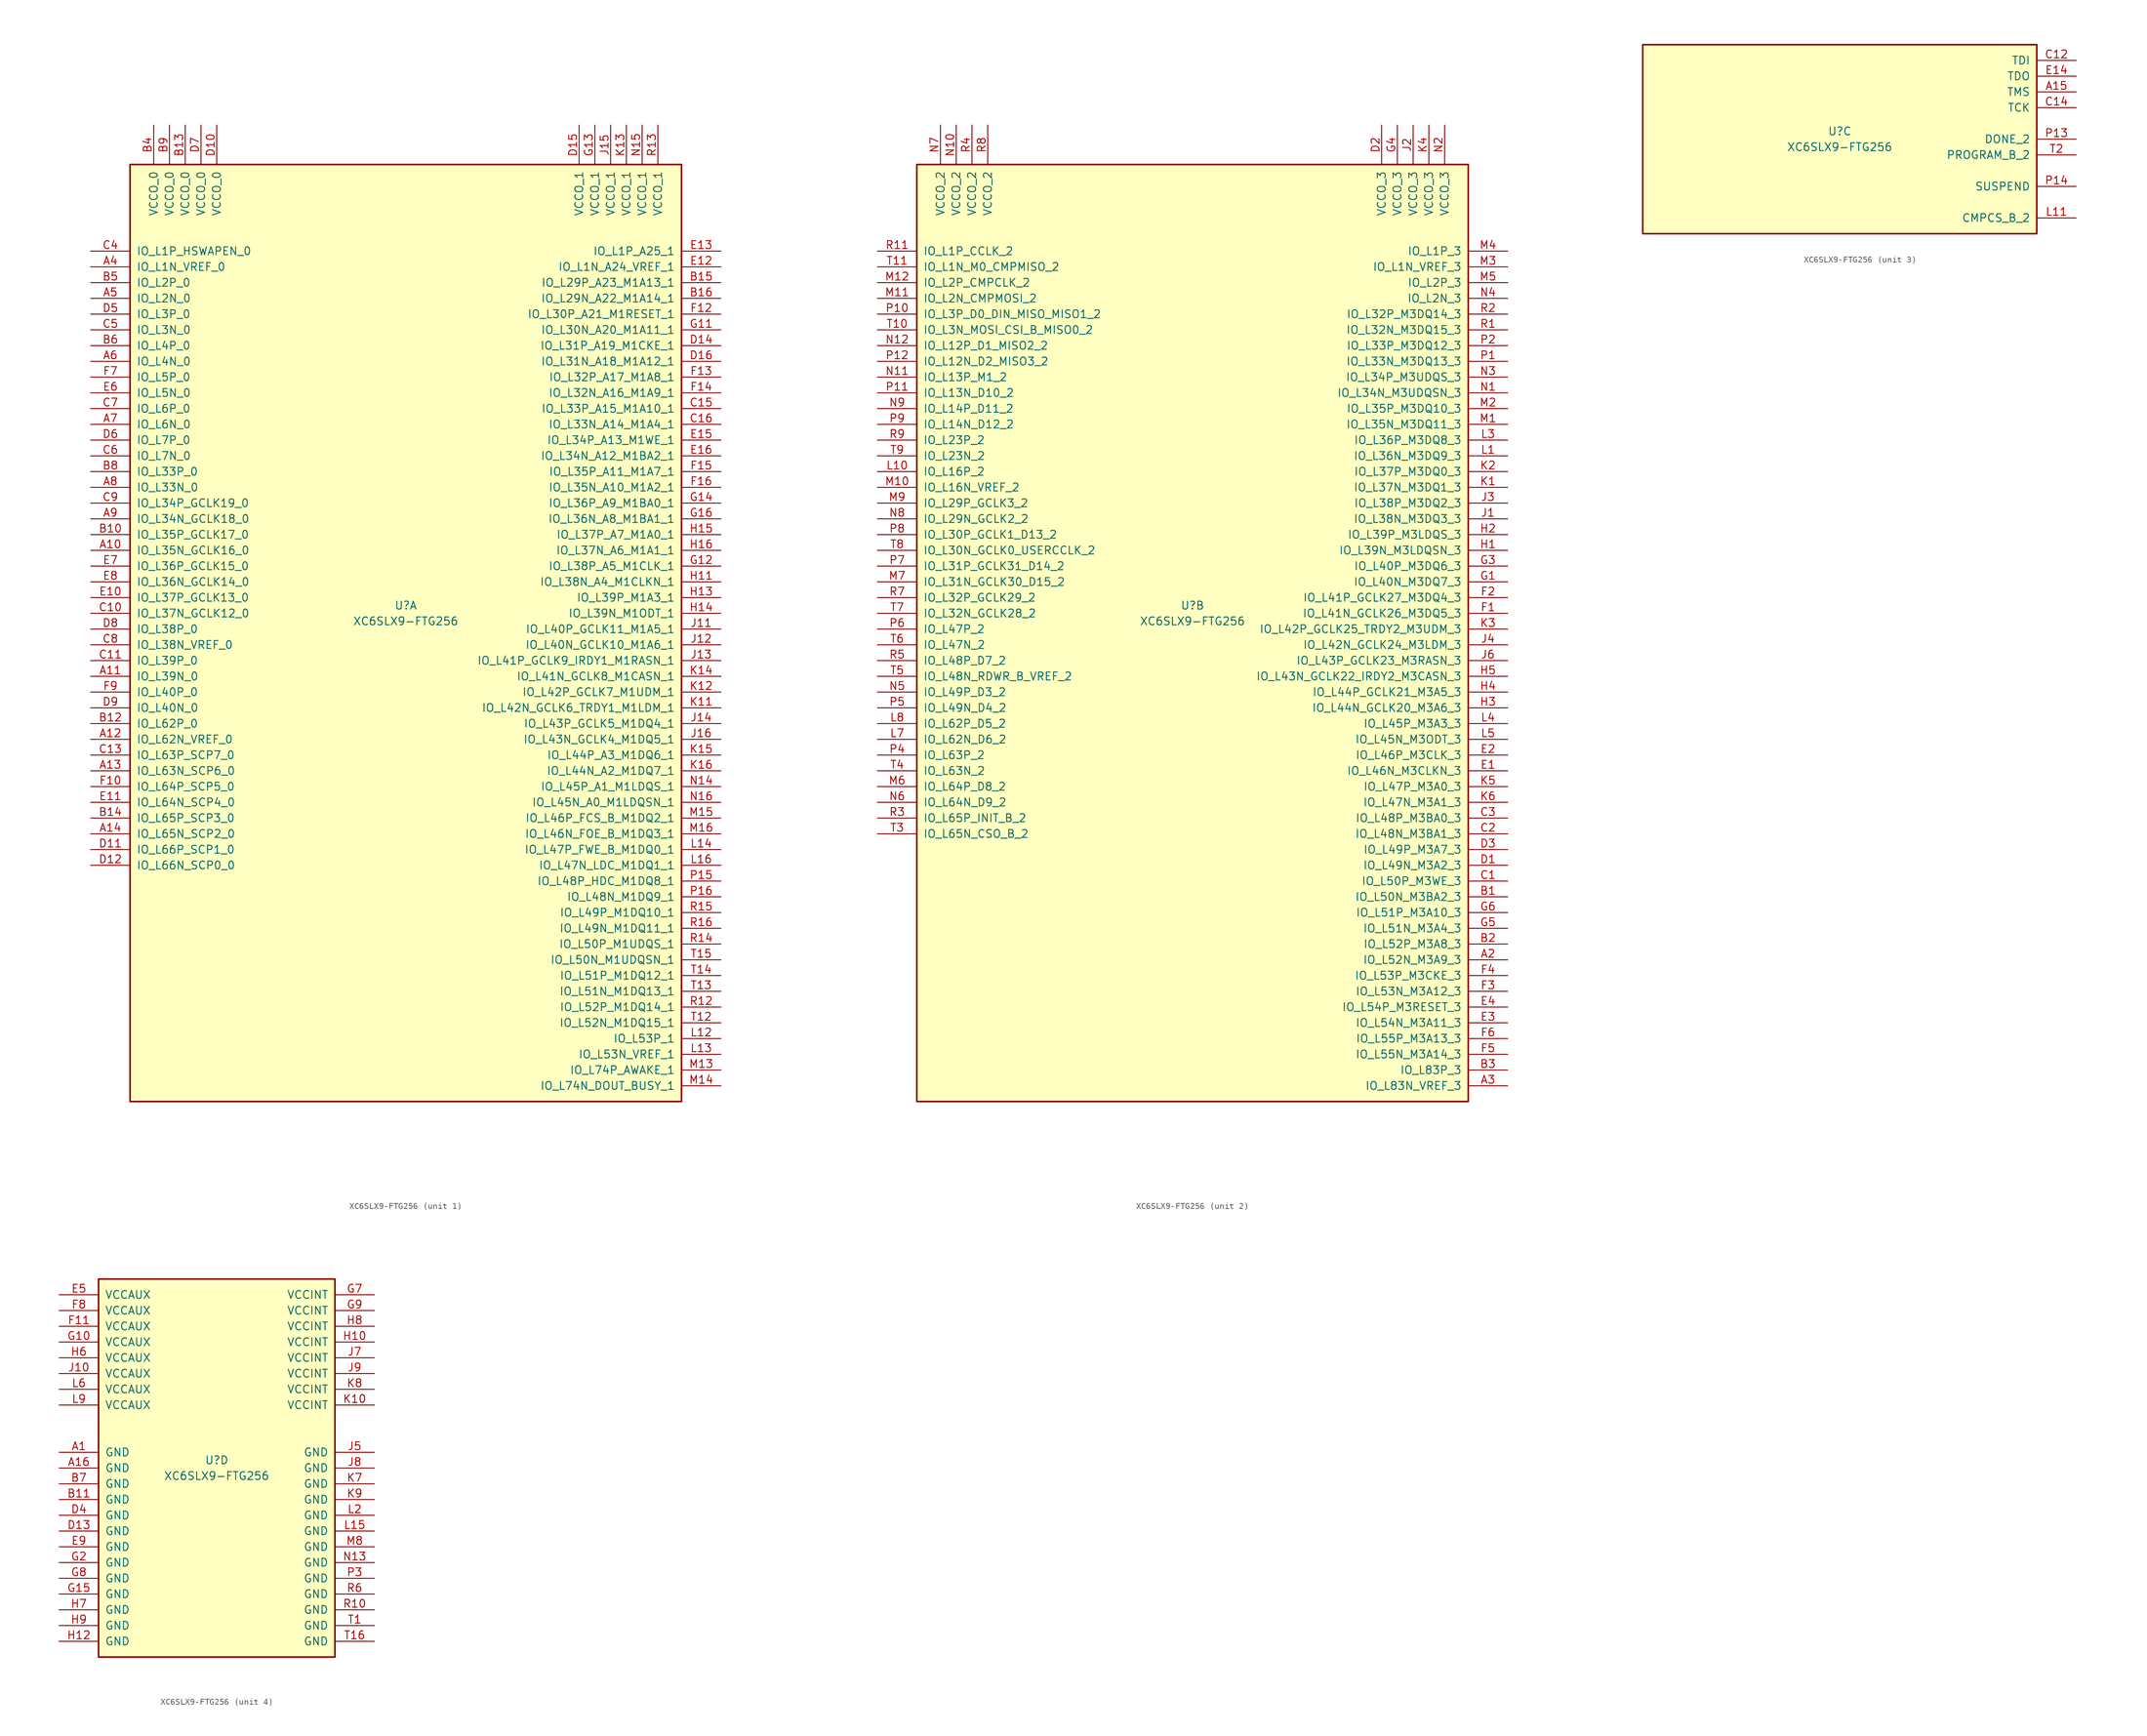
<source format=kicad_sym>
(kicad_symbol_lib
  (version 20211014)
  (generator kicad_symbol_editor)
  (symbol "XC6SLX9-FTG256"
    (pin_names
      (offset 1.016))
    (property "Reference" "U"
      (at 0 1.27 0)
      (effects (font (size 1.27 1.27))))
    (property "Value" "XC6SLX9-FTG256"
      (at 0 -1.27 0)
      (effects (font (size 1.27 1.27))))
    (property "Datasheet" ""
      (at 0 0 0)
      (effects (font (size 1.27 1.27))))
    (property "ki_locked" ""
      (at 0 0 0)
      (effects (font (size 1.27 1.27))))
    (symbol "XC6SLX9-FTG256_1_1"
      (rectangle (start -44.45 72.39) (end 44.45 -78.74) (stroke (width 0.254) (type default) (color 0 0 0 0)) (fill (type background)))
      (pin bidirectional line (at -50.8 10.16 0) (length 6.35) (name "IO_L35N_GCLK16_0" (effects (font (size 1.27 1.27)))) (number "A10" (effects (font (size 1.27 1.27)))))
      (pin bidirectional line (at -50.8 -10.16 0) (length 6.35) (name "IO_L39N_0" (effects (font (size 1.27 1.27)))) (number "A11" (effects (font (size 1.27 1.27)))))
      (pin bidirectional line (at -50.8 -20.32 0) (length 6.35) (name "IO_L62N_VREF_0" (effects (font (size 1.27 1.27)))) (number "A12" (effects (font (size 1.27 1.27)))))
      (pin bidirectional line (at -50.8 -25.4 0) (length 6.35) (name "IO_L63N_SCP6_0" (effects (font (size 1.27 1.27)))) (number "A13" (effects (font (size 1.27 1.27)))))
      (pin bidirectional line (at -50.8 -35.56 0) (length 6.35) (name "IO_L65N_SCP2_0" (effects (font (size 1.27 1.27)))) (number "A14" (effects (font (size 1.27 1.27)))))
      (pin bidirectional line (at -50.8 55.88 0) (length 6.35) (name "IO_L1N_VREF_0" (effects (font (size 1.27 1.27)))) (number "A4" (effects (font (size 1.27 1.27)))))
      (pin bidirectional line (at -50.8 50.8 0) (length 6.35) (name "IO_L2N_0" (effects (font (size 1.27 1.27)))) (number "A5" (effects (font (size 1.27 1.27)))))
      (pin bidirectional line (at -50.8 40.64 0) (length 6.35) (name "IO_L4N_0" (effects (font (size 1.27 1.27)))) (number "A6" (effects (font (size 1.27 1.27)))))
      (pin bidirectional line (at -50.8 30.48 0) (length 6.35) (name "IO_L6N_0" (effects (font (size 1.27 1.27)))) (number "A7" (effects (font (size 1.27 1.27)))))
      (pin bidirectional line (at -50.8 20.32 0) (length 6.35) (name "IO_L33N_0" (effects (font (size 1.27 1.27)))) (number "A8" (effects (font (size 1.27 1.27)))))
      (pin bidirectional line (at -50.8 15.24 0) (length 6.35) (name "IO_L34N_GCLK18_0" (effects (font (size 1.27 1.27)))) (number "A9" (effects (font (size 1.27 1.27)))))
      (pin bidirectional line (at -50.8 12.7 0) (length 6.35) (name "IO_L35P_GCLK17_0" (effects (font (size 1.27 1.27)))) (number "B10" (effects (font (size 1.27 1.27)))))
      (pin bidirectional line (at -50.8 -17.78 0) (length 6.35) (name "IO_L62P_0" (effects (font (size 1.27 1.27)))) (number "B12" (effects (font (size 1.27 1.27)))))
      (pin power_in line (at -35.56 78.74 270) (length 6.35) (name "VCCO_0" (effects (font (size 1.27 1.27)))) (number "B13" (effects (font (size 1.27 1.27)))))
      (pin bidirectional line (at -50.8 -33.02 0) (length 6.35) (name "IO_L65P_SCP3_0" (effects (font (size 1.27 1.27)))) (number "B14" (effects (font (size 1.27 1.27)))))
      (pin bidirectional line (at 50.8 53.34 180) (length 6.35) (name "IO_L29P_A23_M1A13_1" (effects (font (size 1.27 1.27)))) (number "B15" (effects (font (size 1.27 1.27)))))
      (pin bidirectional line (at 50.8 50.8 180) (length 6.35) (name "IO_L29N_A22_M1A14_1" (effects (font (size 1.27 1.27)))) (number "B16" (effects (font (size 1.27 1.27)))))
      (pin power_in line (at -40.64 78.74 270) (length 6.35) (name "VCCO_0" (effects (font (size 1.27 1.27)))) (number "B4" (effects (font (size 1.27 1.27)))))
      (pin bidirectional line (at -50.8 53.34 0) (length 6.35) (name "IO_L2P_0" (effects (font (size 1.27 1.27)))) (number "B5" (effects (font (size 1.27 1.27)))))
      (pin bidirectional line (at -50.8 43.18 0) (length 6.35) (name "IO_L4P_0" (effects (font (size 1.27 1.27)))) (number "B6" (effects (font (size 1.27 1.27)))))
      (pin bidirectional line (at -50.8 22.86 0) (length 6.35) (name "IO_L33P_0" (effects (font (size 1.27 1.27)))) (number "B8" (effects (font (size 1.27 1.27)))))
      (pin power_in line (at -38.1 78.74 270) (length 6.35) (name "VCCO_0" (effects (font (size 1.27 1.27)))) (number "B9" (effects (font (size 1.27 1.27)))))
      (pin bidirectional line (at -50.8 0 0) (length 6.35) (name "IO_L37N_GCLK12_0" (effects (font (size 1.27 1.27)))) (number "C10" (effects (font (size 1.27 1.27)))))
      (pin bidirectional line (at -50.8 -7.62 0) (length 6.35) (name "IO_L39P_0" (effects (font (size 1.27 1.27)))) (number "C11" (effects (font (size 1.27 1.27)))))
      (pin bidirectional line (at -50.8 -22.86 0) (length 6.35) (name "IO_L63P_SCP7_0" (effects (font (size 1.27 1.27)))) (number "C13" (effects (font (size 1.27 1.27)))))
      (pin bidirectional line (at 50.8 33.02 180) (length 6.35) (name "IO_L33P_A15_M1A10_1" (effects (font (size 1.27 1.27)))) (number "C15" (effects (font (size 1.27 1.27)))))
      (pin bidirectional line (at 50.8 30.48 180) (length 6.35) (name "IO_L33N_A14_M1A4_1" (effects (font (size 1.27 1.27)))) (number "C16" (effects (font (size 1.27 1.27)))))
      (pin bidirectional line (at -50.8 58.42 0) (length 6.35) (name "IO_L1P_HSWAPEN_0" (effects (font (size 1.27 1.27)))) (number "C4" (effects (font (size 1.27 1.27)))))
      (pin bidirectional line (at -50.8 45.72 0) (length 6.35) (name "IO_L3N_0" (effects (font (size 1.27 1.27)))) (number "C5" (effects (font (size 1.27 1.27)))))
      (pin bidirectional line (at -50.8 25.4 0) (length 6.35) (name "IO_L7N_0" (effects (font (size 1.27 1.27)))) (number "C6" (effects (font (size 1.27 1.27)))))
      (pin bidirectional line (at -50.8 33.02 0) (length 6.35) (name "IO_L6P_0" (effects (font (size 1.27 1.27)))) (number "C7" (effects (font (size 1.27 1.27)))))
      (pin bidirectional line (at -50.8 -5.08 0) (length 6.35) (name "IO_L38N_VREF_0" (effects (font (size 1.27 1.27)))) (number "C8" (effects (font (size 1.27 1.27)))))
      (pin bidirectional line (at -50.8 17.78 0) (length 6.35) (name "IO_L34P_GCLK19_0" (effects (font (size 1.27 1.27)))) (number "C9" (effects (font (size 1.27 1.27)))))
      (pin power_in line (at -30.48 78.74 270) (length 6.35) (name "VCCO_0" (effects (font (size 1.27 1.27)))) (number "D10" (effects (font (size 1.27 1.27)))))
      (pin bidirectional line (at -50.8 -38.1 0) (length 6.35) (name "IO_L66P_SCP1_0" (effects (font (size 1.27 1.27)))) (number "D11" (effects (font (size 1.27 1.27)))))
      (pin bidirectional line (at -50.8 -40.64 0) (length 6.35) (name "IO_L66N_SCP0_0" (effects (font (size 1.27 1.27)))) (number "D12" (effects (font (size 1.27 1.27)))))
      (pin bidirectional line (at 50.8 43.18 180) (length 6.35) (name "IO_L31P_A19_M1CKE_1" (effects (font (size 1.27 1.27)))) (number "D14" (effects (font (size 1.27 1.27)))))
      (pin power_in line (at 27.94 78.74 270) (length 6.35) (name "VCCO_1" (effects (font (size 1.27 1.27)))) (number "D15" (effects (font (size 1.27 1.27)))))
      (pin bidirectional line (at 50.8 40.64 180) (length 6.35) (name "IO_L31N_A18_M1A12_1" (effects (font (size 1.27 1.27)))) (number "D16" (effects (font (size 1.27 1.27)))))
      (pin bidirectional line (at -50.8 48.26 0) (length 6.35) (name "IO_L3P_0" (effects (font (size 1.27 1.27)))) (number "D5" (effects (font (size 1.27 1.27)))))
      (pin bidirectional line (at -50.8 27.94 0) (length 6.35) (name "IO_L7P_0" (effects (font (size 1.27 1.27)))) (number "D6" (effects (font (size 1.27 1.27)))))
      (pin power_in line (at -33.02 78.74 270) (length 6.35) (name "VCCO_0" (effects (font (size 1.27 1.27)))) (number "D7" (effects (font (size 1.27 1.27)))))
      (pin bidirectional line (at -50.8 -2.54 0) (length 6.35) (name "IO_L38P_0" (effects (font (size 1.27 1.27)))) (number "D8" (effects (font (size 1.27 1.27)))))
      (pin bidirectional line (at -50.8 -15.24 0) (length 6.35) (name "IO_L40N_0" (effects (font (size 1.27 1.27)))) (number "D9" (effects (font (size 1.27 1.27)))))
      (pin bidirectional line (at -50.8 2.54 0) (length 6.35) (name "IO_L37P_GCLK13_0" (effects (font (size 1.27 1.27)))) (number "E10" (effects (font (size 1.27 1.27)))))
      (pin bidirectional line (at -50.8 -30.48 0) (length 6.35) (name "IO_L64N_SCP4_0" (effects (font (size 1.27 1.27)))) (number "E11" (effects (font (size 1.27 1.27)))))
      (pin bidirectional line (at 50.8 55.88 180) (length 6.35) (name "IO_L1N_A24_VREF_1" (effects (font (size 1.27 1.27)))) (number "E12" (effects (font (size 1.27 1.27)))))
      (pin bidirectional line (at 50.8 58.42 180) (length 6.35) (name "IO_L1P_A25_1" (effects (font (size 1.27 1.27)))) (number "E13" (effects (font (size 1.27 1.27)))))
      (pin bidirectional line (at 50.8 27.94 180) (length 6.35) (name "IO_L34P_A13_M1WE_1" (effects (font (size 1.27 1.27)))) (number "E15" (effects (font (size 1.27 1.27)))))
      (pin bidirectional line (at 50.8 25.4 180) (length 6.35) (name "IO_L34N_A12_M1BA2_1" (effects (font (size 1.27 1.27)))) (number "E16" (effects (font (size 1.27 1.27)))))
      (pin bidirectional line (at -50.8 35.56 0) (length 6.35) (name "IO_L5N_0" (effects (font (size 1.27 1.27)))) (number "E6" (effects (font (size 1.27 1.27)))))
      (pin bidirectional line (at -50.8 7.62 0) (length 6.35) (name "IO_L36P_GCLK15_0" (effects (font (size 1.27 1.27)))) (number "E7" (effects (font (size 1.27 1.27)))))
      (pin bidirectional line (at -50.8 5.08 0) (length 6.35) (name "IO_L36N_GCLK14_0" (effects (font (size 1.27 1.27)))) (number "E8" (effects (font (size 1.27 1.27)))))
      (pin bidirectional line (at -50.8 -27.94 0) (length 6.35) (name "IO_L64P_SCP5_0" (effects (font (size 1.27 1.27)))) (number "F10" (effects (font (size 1.27 1.27)))))
      (pin bidirectional line (at 50.8 48.26 180) (length 6.35) (name "IO_L30P_A21_M1RESET_1" (effects (font (size 1.27 1.27)))) (number "F12" (effects (font (size 1.27 1.27)))))
      (pin bidirectional line (at 50.8 38.1 180) (length 6.35) (name "IO_L32P_A17_M1A8_1" (effects (font (size 1.27 1.27)))) (number "F13" (effects (font (size 1.27 1.27)))))
      (pin bidirectional line (at 50.8 35.56 180) (length 6.35) (name "IO_L32N_A16_M1A9_1" (effects (font (size 1.27 1.27)))) (number "F14" (effects (font (size 1.27 1.27)))))
      (pin bidirectional line (at 50.8 22.86 180) (length 6.35) (name "IO_L35P_A11_M1A7_1" (effects (font (size 1.27 1.27)))) (number "F15" (effects (font (size 1.27 1.27)))))
      (pin bidirectional line (at 50.8 20.32 180) (length 6.35) (name "IO_L35N_A10_M1A2_1" (effects (font (size 1.27 1.27)))) (number "F16" (effects (font (size 1.27 1.27)))))
      (pin bidirectional line (at -50.8 38.1 0) (length 6.35) (name "IO_L5P_0" (effects (font (size 1.27 1.27)))) (number "F7" (effects (font (size 1.27 1.27)))))
      (pin bidirectional line (at -50.8 -12.7 0) (length 6.35) (name "IO_L40P_0" (effects (font (size 1.27 1.27)))) (number "F9" (effects (font (size 1.27 1.27)))))
      (pin bidirectional line (at 50.8 45.72 180) (length 6.35) (name "IO_L30N_A20_M1A11_1" (effects (font (size 1.27 1.27)))) (number "G11" (effects (font (size 1.27 1.27)))))
      (pin bidirectional line (at 50.8 7.62 180) (length 6.35) (name "IO_L38P_A5_M1CLK_1" (effects (font (size 1.27 1.27)))) (number "G12" (effects (font (size 1.27 1.27)))))
      (pin power_in line (at 30.48 78.74 270) (length 6.35) (name "VCCO_1" (effects (font (size 1.27 1.27)))) (number "G13" (effects (font (size 1.27 1.27)))))
      (pin bidirectional line (at 50.8 17.78 180) (length 6.35) (name "IO_L36P_A9_M1BA0_1" (effects (font (size 1.27 1.27)))) (number "G14" (effects (font (size 1.27 1.27)))))
      (pin bidirectional line (at 50.8 15.24 180) (length 6.35) (name "IO_L36N_A8_M1BA1_1" (effects (font (size 1.27 1.27)))) (number "G16" (effects (font (size 1.27 1.27)))))
      (pin bidirectional line (at 50.8 5.08 180) (length 6.35) (name "IO_L38N_A4_M1CLKN_1" (effects (font (size 1.27 1.27)))) (number "H11" (effects (font (size 1.27 1.27)))))
      (pin bidirectional line (at 50.8 2.54 180) (length 6.35) (name "IO_L39P_M1A3_1" (effects (font (size 1.27 1.27)))) (number "H13" (effects (font (size 1.27 1.27)))))
      (pin bidirectional line (at 50.8 0 180) (length 6.35) (name "IO_L39N_M1ODT_1" (effects (font (size 1.27 1.27)))) (number "H14" (effects (font (size 1.27 1.27)))))
      (pin bidirectional line (at 50.8 12.7 180) (length 6.35) (name "IO_L37P_A7_M1A0_1" (effects (font (size 1.27 1.27)))) (number "H15" (effects (font (size 1.27 1.27)))))
      (pin bidirectional line (at 50.8 10.16 180) (length 6.35) (name "IO_L37N_A6_M1A1_1" (effects (font (size 1.27 1.27)))) (number "H16" (effects (font (size 1.27 1.27)))))
      (pin bidirectional line (at 50.8 -2.54 180) (length 6.35) (name "IO_L40P_GCLK11_M1A5_1" (effects (font (size 1.27 1.27)))) (number "J11" (effects (font (size 1.27 1.27)))))
      (pin bidirectional line (at 50.8 -5.08 180) (length 6.35) (name "IO_L40N_GCLK10_M1A6_1" (effects (font (size 1.27 1.27)))) (number "J12" (effects (font (size 1.27 1.27)))))
      (pin bidirectional line (at 50.8 -7.62 180) (length 6.35) (name "IO_L41P_GCLK9_IRDY1_M1RASN_1" (effects (font (size 1.27 1.27)))) (number "J13" (effects (font (size 1.27 1.27)))))
      (pin bidirectional line (at 50.8 -17.78 180) (length 6.35) (name "IO_L43P_GCLK5_M1DQ4_1" (effects (font (size 1.27 1.27)))) (number "J14" (effects (font (size 1.27 1.27)))))
      (pin power_in line (at 33.02 78.74 270) (length 6.35) (name "VCCO_1" (effects (font (size 1.27 1.27)))) (number "J15" (effects (font (size 1.27 1.27)))))
      (pin bidirectional line (at 50.8 -20.32 180) (length 6.35) (name "IO_L43N_GCLK4_M1DQ5_1" (effects (font (size 1.27 1.27)))) (number "J16" (effects (font (size 1.27 1.27)))))
      (pin bidirectional line (at 50.8 -15.24 180) (length 6.35) (name "IO_L42N_GCLK6_TRDY1_M1LDM_1" (effects (font (size 1.27 1.27)))) (number "K11" (effects (font (size 1.27 1.27)))))
      (pin bidirectional line (at 50.8 -12.7 180) (length 6.35) (name "IO_L42P_GCLK7_M1UDM_1" (effects (font (size 1.27 1.27)))) (number "K12" (effects (font (size 1.27 1.27)))))
      (pin power_in line (at 35.56 78.74 270) (length 6.35) (name "VCCO_1" (effects (font (size 1.27 1.27)))) (number "K13" (effects (font (size 1.27 1.27)))))
      (pin bidirectional line (at 50.8 -10.16 180) (length 6.35) (name "IO_L41N_GCLK8_M1CASN_1" (effects (font (size 1.27 1.27)))) (number "K14" (effects (font (size 1.27 1.27)))))
      (pin bidirectional line (at 50.8 -22.86 180) (length 6.35) (name "IO_L44P_A3_M1DQ6_1" (effects (font (size 1.27 1.27)))) (number "K15" (effects (font (size 1.27 1.27)))))
      (pin bidirectional line (at 50.8 -25.4 180) (length 6.35) (name "IO_L44N_A2_M1DQ7_1" (effects (font (size 1.27 1.27)))) (number "K16" (effects (font (size 1.27 1.27)))))
      (pin bidirectional line (at 50.8 -68.58 180) (length 6.35) (name "IO_L53P_1" (effects (font (size 1.27 1.27)))) (number "L12" (effects (font (size 1.27 1.27)))))
      (pin bidirectional line (at 50.8 -71.12 180) (length 6.35) (name "IO_L53N_VREF_1" (effects (font (size 1.27 1.27)))) (number "L13" (effects (font (size 1.27 1.27)))))
      (pin bidirectional line (at 50.8 -38.1 180) (length 6.35) (name "IO_L47P_FWE_B_M1DQ0_1" (effects (font (size 1.27 1.27)))) (number "L14" (effects (font (size 1.27 1.27)))))
      (pin bidirectional line (at 50.8 -40.64 180) (length 6.35) (name "IO_L47N_LDC_M1DQ1_1" (effects (font (size 1.27 1.27)))) (number "L16" (effects (font (size 1.27 1.27)))))
      (pin bidirectional line (at 50.8 -73.66 180) (length 6.35) (name "IO_L74P_AWAKE_1" (effects (font (size 1.27 1.27)))) (number "M13" (effects (font (size 1.27 1.27)))))
      (pin bidirectional line (at 50.8 -76.2 180) (length 6.35) (name "IO_L74N_DOUT_BUSY_1" (effects (font (size 1.27 1.27)))) (number "M14" (effects (font (size 1.27 1.27)))))
      (pin bidirectional line (at 50.8 -33.02 180) (length 6.35) (name "IO_L46P_FCS_B_M1DQ2_1" (effects (font (size 1.27 1.27)))) (number "M15" (effects (font (size 1.27 1.27)))))
      (pin bidirectional line (at 50.8 -35.56 180) (length 6.35) (name "IO_L46N_FOE_B_M1DQ3_1" (effects (font (size 1.27 1.27)))) (number "M16" (effects (font (size 1.27 1.27)))))
      (pin bidirectional line (at 50.8 -27.94 180) (length 6.35) (name "IO_L45P_A1_M1LDQS_1" (effects (font (size 1.27 1.27)))) (number "N14" (effects (font (size 1.27 1.27)))))
      (pin power_in line (at 38.1 78.74 270) (length 6.35) (name "VCCO_1" (effects (font (size 1.27 1.27)))) (number "N15" (effects (font (size 1.27 1.27)))))
      (pin bidirectional line (at 50.8 -30.48 180) (length 6.35) (name "IO_L45N_A0_M1LDQSN_1" (effects (font (size 1.27 1.27)))) (number "N16" (effects (font (size 1.27 1.27)))))
      (pin bidirectional line (at 50.8 -43.18 180) (length 6.35) (name "IO_L48P_HDC_M1DQ8_1" (effects (font (size 1.27 1.27)))) (number "P15" (effects (font (size 1.27 1.27)))))
      (pin bidirectional line (at 50.8 -45.72 180) (length 6.35) (name "IO_L48N_M1DQ9_1" (effects (font (size 1.27 1.27)))) (number "P16" (effects (font (size 1.27 1.27)))))
      (pin bidirectional line (at 50.8 -63.5 180) (length 6.35) (name "IO_L52P_M1DQ14_1" (effects (font (size 1.27 1.27)))) (number "R12" (effects (font (size 1.27 1.27)))))
      (pin power_in line (at 40.64 78.74 270) (length 6.35) (name "VCCO_1" (effects (font (size 1.27 1.27)))) (number "R13" (effects (font (size 1.27 1.27)))))
      (pin bidirectional line (at 50.8 -53.34 180) (length 6.35) (name "IO_L50P_M1UDQS_1" (effects (font (size 1.27 1.27)))) (number "R14" (effects (font (size 1.27 1.27)))))
      (pin bidirectional line (at 50.8 -48.26 180) (length 6.35) (name "IO_L49P_M1DQ10_1" (effects (font (size 1.27 1.27)))) (number "R15" (effects (font (size 1.27 1.27)))))
      (pin bidirectional line (at 50.8 -50.8 180) (length 6.35) (name "IO_L49N_M1DQ11_1" (effects (font (size 1.27 1.27)))) (number "R16" (effects (font (size 1.27 1.27)))))
      (pin bidirectional line (at 50.8 -66.04 180) (length 6.35) (name "IO_L52N_M1DQ15_1" (effects (font (size 1.27 1.27)))) (number "T12" (effects (font (size 1.27 1.27)))))
      (pin bidirectional line (at 50.8 -60.96 180) (length 6.35) (name "IO_L51N_M1DQ13_1" (effects (font (size 1.27 1.27)))) (number "T13" (effects (font (size 1.27 1.27)))))
      (pin bidirectional line (at 50.8 -58.42 180) (length 6.35) (name "IO_L51P_M1DQ12_1" (effects (font (size 1.27 1.27)))) (number "T14" (effects (font (size 1.27 1.27)))))
      (pin bidirectional line (at 50.8 -55.88 180) (length 6.35) (name "IO_L50N_M1UDQSN_1" (effects (font (size 1.27 1.27)))) (number "T15" (effects (font (size 1.27 1.27))))))
    (symbol "XC6SLX9-FTG256_2_1"
      (rectangle (start -44.45 72.39) (end 44.45 -78.74) (stroke (width 0.254) (type default) (color 0 0 0 0)) (fill (type background)))
      (pin bidirectional line (at 50.8 -55.88 180) (length 6.35) (name "IO_L52N_M3A9_3" (effects (font (size 1.27 1.27)))) (number "A2" (effects (font (size 1.27 1.27)))))
      (pin bidirectional line (at 50.8 -76.2 180) (length 6.35) (name "IO_L83N_VREF_3" (effects (font (size 1.27 1.27)))) (number "A3" (effects (font (size 1.27 1.27)))))
      (pin bidirectional line (at 50.8 -45.72 180) (length 6.35) (name "IO_L50N_M3BA2_3" (effects (font (size 1.27 1.27)))) (number "B1" (effects (font (size 1.27 1.27)))))
      (pin bidirectional line (at 50.8 -53.34 180) (length 6.35) (name "IO_L52P_M3A8_3" (effects (font (size 1.27 1.27)))) (number "B2" (effects (font (size 1.27 1.27)))))
      (pin bidirectional line (at 50.8 -73.66 180) (length 6.35) (name "IO_L83P_3" (effects (font (size 1.27 1.27)))) (number "B3" (effects (font (size 1.27 1.27)))))
      (pin bidirectional line (at 50.8 -43.18 180) (length 6.35) (name "IO_L50P_M3WE_3" (effects (font (size 1.27 1.27)))) (number "C1" (effects (font (size 1.27 1.27)))))
      (pin bidirectional line (at 50.8 -35.56 180) (length 6.35) (name "IO_L48N_M3BA1_3" (effects (font (size 1.27 1.27)))) (number "C2" (effects (font (size 1.27 1.27)))))
      (pin bidirectional line (at 50.8 -33.02 180) (length 6.35) (name "IO_L48P_M3BA0_3" (effects (font (size 1.27 1.27)))) (number "C3" (effects (font (size 1.27 1.27)))))
      (pin bidirectional line (at 50.8 -40.64 180) (length 6.35) (name "IO_L49N_M3A2_3" (effects (font (size 1.27 1.27)))) (number "D1" (effects (font (size 1.27 1.27)))))
      (pin power_in line (at 30.48 78.74 270) (length 6.35) (name "VCCO_3" (effects (font (size 1.27 1.27)))) (number "D2" (effects (font (size 1.27 1.27)))))
      (pin bidirectional line (at 50.8 -38.1 180) (length 6.35) (name "IO_L49P_M3A7_3" (effects (font (size 1.27 1.27)))) (number "D3" (effects (font (size 1.27 1.27)))))
      (pin bidirectional line (at 50.8 -25.4 180) (length 6.35) (name "IO_L46N_M3CLKN_3" (effects (font (size 1.27 1.27)))) (number "E1" (effects (font (size 1.27 1.27)))))
      (pin bidirectional line (at 50.8 -22.86 180) (length 6.35) (name "IO_L46P_M3CLK_3" (effects (font (size 1.27 1.27)))) (number "E2" (effects (font (size 1.27 1.27)))))
      (pin bidirectional line (at 50.8 -66.04 180) (length 6.35) (name "IO_L54N_M3A11_3" (effects (font (size 1.27 1.27)))) (number "E3" (effects (font (size 1.27 1.27)))))
      (pin bidirectional line (at 50.8 -63.5 180) (length 6.35) (name "IO_L54P_M3RESET_3" (effects (font (size 1.27 1.27)))) (number "E4" (effects (font (size 1.27 1.27)))))
      (pin bidirectional line (at 50.8 0 180) (length 6.35) (name "IO_L41N_GCLK26_M3DQ5_3" (effects (font (size 1.27 1.27)))) (number "F1" (effects (font (size 1.27 1.27)))))
      (pin bidirectional line (at 50.8 2.54 180) (length 6.35) (name "IO_L41P_GCLK27_M3DQ4_3" (effects (font (size 1.27 1.27)))) (number "F2" (effects (font (size 1.27 1.27)))))
      (pin bidirectional line (at 50.8 -60.96 180) (length 6.35) (name "IO_L53N_M3A12_3" (effects (font (size 1.27 1.27)))) (number "F3" (effects (font (size 1.27 1.27)))))
      (pin bidirectional line (at 50.8 -58.42 180) (length 6.35) (name "IO_L53P_M3CKE_3" (effects (font (size 1.27 1.27)))) (number "F4" (effects (font (size 1.27 1.27)))))
      (pin bidirectional line (at 50.8 -71.12 180) (length 6.35) (name "IO_L55N_M3A14_3" (effects (font (size 1.27 1.27)))) (number "F5" (effects (font (size 1.27 1.27)))))
      (pin bidirectional line (at 50.8 -68.58 180) (length 6.35) (name "IO_L55P_M3A13_3" (effects (font (size 1.27 1.27)))) (number "F6" (effects (font (size 1.27 1.27)))))
      (pin bidirectional line (at 50.8 5.08 180) (length 6.35) (name "IO_L40N_M3DQ7_3" (effects (font (size 1.27 1.27)))) (number "G1" (effects (font (size 1.27 1.27)))))
      (pin bidirectional line (at 50.8 7.62 180) (length 6.35) (name "IO_L40P_M3DQ6_3" (effects (font (size 1.27 1.27)))) (number "G3" (effects (font (size 1.27 1.27)))))
      (pin power_in line (at 33.02 78.74 270) (length 6.35) (name "VCCO_3" (effects (font (size 1.27 1.27)))) (number "G4" (effects (font (size 1.27 1.27)))))
      (pin bidirectional line (at 50.8 -50.8 180) (length 6.35) (name "IO_L51N_M3A4_3" (effects (font (size 1.27 1.27)))) (number "G5" (effects (font (size 1.27 1.27)))))
      (pin bidirectional line (at 50.8 -48.26 180) (length 6.35) (name "IO_L51P_M3A10_3" (effects (font (size 1.27 1.27)))) (number "G6" (effects (font (size 1.27 1.27)))))
      (pin bidirectional line (at 50.8 10.16 180) (length 6.35) (name "IO_L39N_M3LDQSN_3" (effects (font (size 1.27 1.27)))) (number "H1" (effects (font (size 1.27 1.27)))))
      (pin bidirectional line (at 50.8 12.7 180) (length 6.35) (name "IO_L39P_M3LDQS_3" (effects (font (size 1.27 1.27)))) (number "H2" (effects (font (size 1.27 1.27)))))
      (pin bidirectional line (at 50.8 -15.24 180) (length 6.35) (name "IO_L44N_GCLK20_M3A6_3" (effects (font (size 1.27 1.27)))) (number "H3" (effects (font (size 1.27 1.27)))))
      (pin bidirectional line (at 50.8 -12.7 180) (length 6.35) (name "IO_L44P_GCLK21_M3A5_3" (effects (font (size 1.27 1.27)))) (number "H4" (effects (font (size 1.27 1.27)))))
      (pin bidirectional line (at 50.8 -10.16 180) (length 6.35) (name "IO_L43N_GCLK22_IRDY2_M3CASN_3" (effects (font (size 1.27 1.27)))) (number "H5" (effects (font (size 1.27 1.27)))))
      (pin bidirectional line (at 50.8 15.24 180) (length 6.35) (name "IO_L38N_M3DQ3_3" (effects (font (size 1.27 1.27)))) (number "J1" (effects (font (size 1.27 1.27)))))
      (pin power_in line (at 35.56 78.74 270) (length 6.35) (name "VCCO_3" (effects (font (size 1.27 1.27)))) (number "J2" (effects (font (size 1.27 1.27)))))
      (pin bidirectional line (at 50.8 17.78 180) (length 6.35) (name "IO_L38P_M3DQ2_3" (effects (font (size 1.27 1.27)))) (number "J3" (effects (font (size 1.27 1.27)))))
      (pin bidirectional line (at 50.8 -5.08 180) (length 6.35) (name "IO_L42N_GCLK24_M3LDM_3" (effects (font (size 1.27 1.27)))) (number "J4" (effects (font (size 1.27 1.27)))))
      (pin bidirectional line (at 50.8 -7.62 180) (length 6.35) (name "IO_L43P_GCLK23_M3RASN_3" (effects (font (size 1.27 1.27)))) (number "J6" (effects (font (size 1.27 1.27)))))
      (pin bidirectional line (at 50.8 20.32 180) (length 6.35) (name "IO_L37N_M3DQ1_3" (effects (font (size 1.27 1.27)))) (number "K1" (effects (font (size 1.27 1.27)))))
      (pin bidirectional line (at 50.8 22.86 180) (length 6.35) (name "IO_L37P_M3DQ0_3" (effects (font (size 1.27 1.27)))) (number "K2" (effects (font (size 1.27 1.27)))))
      (pin bidirectional line (at 50.8 -2.54 180) (length 6.35) (name "IO_L42P_GCLK25_TRDY2_M3UDM_3" (effects (font (size 1.27 1.27)))) (number "K3" (effects (font (size 1.27 1.27)))))
      (pin power_in line (at 38.1 78.74 270) (length 6.35) (name "VCCO_3" (effects (font (size 1.27 1.27)))) (number "K4" (effects (font (size 1.27 1.27)))))
      (pin bidirectional line (at 50.8 -27.94 180) (length 6.35) (name "IO_L47P_M3A0_3" (effects (font (size 1.27 1.27)))) (number "K5" (effects (font (size 1.27 1.27)))))
      (pin bidirectional line (at 50.8 -30.48 180) (length 6.35) (name "IO_L47N_M3A1_3" (effects (font (size 1.27 1.27)))) (number "K6" (effects (font (size 1.27 1.27)))))
      (pin bidirectional line (at 50.8 25.4 180) (length 6.35) (name "IO_L36N_M3DQ9_3" (effects (font (size 1.27 1.27)))) (number "L1" (effects (font (size 1.27 1.27)))))
      (pin bidirectional line (at -50.8 22.86 0) (length 6.35) (name "IO_L16P_2" (effects (font (size 1.27 1.27)))) (number "L10" (effects (font (size 1.27 1.27)))))
      (pin bidirectional line (at 50.8 27.94 180) (length 6.35) (name "IO_L36P_M3DQ8_3" (effects (font (size 1.27 1.27)))) (number "L3" (effects (font (size 1.27 1.27)))))
      (pin bidirectional line (at 50.8 -17.78 180) (length 6.35) (name "IO_L45P_M3A3_3" (effects (font (size 1.27 1.27)))) (number "L4" (effects (font (size 1.27 1.27)))))
      (pin bidirectional line (at 50.8 -20.32 180) (length 6.35) (name "IO_L45N_M3ODT_3" (effects (font (size 1.27 1.27)))) (number "L5" (effects (font (size 1.27 1.27)))))
      (pin bidirectional line (at -50.8 -20.32 0) (length 6.35) (name "IO_L62N_D6_2" (effects (font (size 1.27 1.27)))) (number "L7" (effects (font (size 1.27 1.27)))))
      (pin bidirectional line (at -50.8 -17.78 0) (length 6.35) (name "IO_L62P_D5_2" (effects (font (size 1.27 1.27)))) (number "L8" (effects (font (size 1.27 1.27)))))
      (pin bidirectional line (at 50.8 30.48 180) (length 6.35) (name "IO_L35N_M3DQ11_3" (effects (font (size 1.27 1.27)))) (number "M1" (effects (font (size 1.27 1.27)))))
      (pin bidirectional line (at -50.8 20.32 0) (length 6.35) (name "IO_L16N_VREF_2" (effects (font (size 1.27 1.27)))) (number "M10" (effects (font (size 1.27 1.27)))))
      (pin bidirectional line (at -50.8 50.8 0) (length 6.35) (name "IO_L2N_CMPMOSI_2" (effects (font (size 1.27 1.27)))) (number "M11" (effects (font (size 1.27 1.27)))))
      (pin bidirectional line (at -50.8 53.34 0) (length 6.35) (name "IO_L2P_CMPCLK_2" (effects (font (size 1.27 1.27)))) (number "M12" (effects (font (size 1.27 1.27)))))
      (pin bidirectional line (at 50.8 33.02 180) (length 6.35) (name "IO_L35P_M3DQ10_3" (effects (font (size 1.27 1.27)))) (number "M2" (effects (font (size 1.27 1.27)))))
      (pin bidirectional line (at 50.8 55.88 180) (length 6.35) (name "IO_L1N_VREF_3" (effects (font (size 1.27 1.27)))) (number "M3" (effects (font (size 1.27 1.27)))))
      (pin bidirectional line (at 50.8 58.42 180) (length 6.35) (name "IO_L1P_3" (effects (font (size 1.27 1.27)))) (number "M4" (effects (font (size 1.27 1.27)))))
      (pin bidirectional line (at 50.8 53.34 180) (length 6.35) (name "IO_L2P_3" (effects (font (size 1.27 1.27)))) (number "M5" (effects (font (size 1.27 1.27)))))
      (pin bidirectional line (at -50.8 -27.94 0) (length 6.35) (name "IO_L64P_D8_2" (effects (font (size 1.27 1.27)))) (number "M6" (effects (font (size 1.27 1.27)))))
      (pin bidirectional line (at -50.8 5.08 0) (length 6.35) (name "IO_L31N_GCLK30_D15_2" (effects (font (size 1.27 1.27)))) (number "M7" (effects (font (size 1.27 1.27)))))
      (pin bidirectional line (at -50.8 17.78 0) (length 6.35) (name "IO_L29P_GCLK3_2" (effects (font (size 1.27 1.27)))) (number "M9" (effects (font (size 1.27 1.27)))))
      (pin bidirectional line (at 50.8 35.56 180) (length 6.35) (name "IO_L34N_M3UDQSN_3" (effects (font (size 1.27 1.27)))) (number "N1" (effects (font (size 1.27 1.27)))))
      (pin power_in line (at -38.1 78.74 270) (length 6.35) (name "VCCO_2" (effects (font (size 1.27 1.27)))) (number "N10" (effects (font (size 1.27 1.27)))))
      (pin bidirectional line (at -50.8 38.1 0) (length 6.35) (name "IO_L13P_M1_2" (effects (font (size 1.27 1.27)))) (number "N11" (effects (font (size 1.27 1.27)))))
      (pin bidirectional line (at -50.8 43.18 0) (length 6.35) (name "IO_L12P_D1_MISO2_2" (effects (font (size 1.27 1.27)))) (number "N12" (effects (font (size 1.27 1.27)))))
      (pin power_in line (at 40.64 78.74 270) (length 6.35) (name "VCCO_3" (effects (font (size 1.27 1.27)))) (number "N2" (effects (font (size 1.27 1.27)))))
      (pin bidirectional line (at 50.8 38.1 180) (length 6.35) (name "IO_L34P_M3UDQS_3" (effects (font (size 1.27 1.27)))) (number "N3" (effects (font (size 1.27 1.27)))))
      (pin bidirectional line (at 50.8 50.8 180) (length 6.35) (name "IO_L2N_3" (effects (font (size 1.27 1.27)))) (number "N4" (effects (font (size 1.27 1.27)))))
      (pin bidirectional line (at -50.8 -12.7 0) (length 6.35) (name "IO_L49P_D3_2" (effects (font (size 1.27 1.27)))) (number "N5" (effects (font (size 1.27 1.27)))))
      (pin bidirectional line (at -50.8 -30.48 0) (length 6.35) (name "IO_L64N_D9_2" (effects (font (size 1.27 1.27)))) (number "N6" (effects (font (size 1.27 1.27)))))
      (pin power_in line (at -40.64 78.74 270) (length 6.35) (name "VCCO_2" (effects (font (size 1.27 1.27)))) (number "N7" (effects (font (size 1.27 1.27)))))
      (pin bidirectional line (at -50.8 15.24 0) (length 6.35) (name "IO_L29N_GCLK2_2" (effects (font (size 1.27 1.27)))) (number "N8" (effects (font (size 1.27 1.27)))))
      (pin bidirectional line (at -50.8 33.02 0) (length 6.35) (name "IO_L14P_D11_2" (effects (font (size 1.27 1.27)))) (number "N9" (effects (font (size 1.27 1.27)))))
      (pin bidirectional line (at 50.8 40.64 180) (length 6.35) (name "IO_L33N_M3DQ13_3" (effects (font (size 1.27 1.27)))) (number "P1" (effects (font (size 1.27 1.27)))))
      (pin bidirectional line (at -50.8 48.26 0) (length 6.35) (name "IO_L3P_D0_DIN_MISO_MISO1_2" (effects (font (size 1.27 1.27)))) (number "P10" (effects (font (size 1.27 1.27)))))
      (pin bidirectional line (at -50.8 35.56 0) (length 6.35) (name "IO_L13N_D10_2" (effects (font (size 1.27 1.27)))) (number "P11" (effects (font (size 1.27 1.27)))))
      (pin bidirectional line (at -50.8 40.64 0) (length 6.35) (name "IO_L12N_D2_MISO3_2" (effects (font (size 1.27 1.27)))) (number "P12" (effects (font (size 1.27 1.27)))))
      (pin bidirectional line (at 50.8 43.18 180) (length 6.35) (name "IO_L33P_M3DQ12_3" (effects (font (size 1.27 1.27)))) (number "P2" (effects (font (size 1.27 1.27)))))
      (pin bidirectional line (at -50.8 -22.86 0) (length 6.35) (name "IO_L63P_2" (effects (font (size 1.27 1.27)))) (number "P4" (effects (font (size 1.27 1.27)))))
      (pin bidirectional line (at -50.8 -15.24 0) (length 6.35) (name "IO_L49N_D4_2" (effects (font (size 1.27 1.27)))) (number "P5" (effects (font (size 1.27 1.27)))))
      (pin bidirectional line (at -50.8 -2.54 0) (length 6.35) (name "IO_L47P_2" (effects (font (size 1.27 1.27)))) (number "P6" (effects (font (size 1.27 1.27)))))
      (pin bidirectional line (at -50.8 7.62 0) (length 6.35) (name "IO_L31P_GCLK31_D14_2" (effects (font (size 1.27 1.27)))) (number "P7" (effects (font (size 1.27 1.27)))))
      (pin bidirectional line (at -50.8 12.7 0) (length 6.35) (name "IO_L30P_GCLK1_D13_2" (effects (font (size 1.27 1.27)))) (number "P8" (effects (font (size 1.27 1.27)))))
      (pin bidirectional line (at -50.8 30.48 0) (length 6.35) (name "IO_L14N_D12_2" (effects (font (size 1.27 1.27)))) (number "P9" (effects (font (size 1.27 1.27)))))
      (pin bidirectional line (at 50.8 45.72 180) (length 6.35) (name "IO_L32N_M3DQ15_3" (effects (font (size 1.27 1.27)))) (number "R1" (effects (font (size 1.27 1.27)))))
      (pin bidirectional line (at -50.8 58.42 0) (length 6.35) (name "IO_L1P_CCLK_2" (effects (font (size 1.27 1.27)))) (number "R11" (effects (font (size 1.27 1.27)))))
      (pin bidirectional line (at 50.8 48.26 180) (length 6.35) (name "IO_L32P_M3DQ14_3" (effects (font (size 1.27 1.27)))) (number "R2" (effects (font (size 1.27 1.27)))))
      (pin bidirectional line (at -50.8 -33.02 0) (length 6.35) (name "IO_L65P_INIT_B_2" (effects (font (size 1.27 1.27)))) (number "R3" (effects (font (size 1.27 1.27)))))
      (pin power_in line (at -35.56 78.74 270) (length 6.35) (name "VCCO_2" (effects (font (size 1.27 1.27)))) (number "R4" (effects (font (size 1.27 1.27)))))
      (pin bidirectional line (at -50.8 -7.62 0) (length 6.35) (name "IO_L48P_D7_2" (effects (font (size 1.27 1.27)))) (number "R5" (effects (font (size 1.27 1.27)))))
      (pin bidirectional line (at -50.8 2.54 0) (length 6.35) (name "IO_L32P_GCLK29_2" (effects (font (size 1.27 1.27)))) (number "R7" (effects (font (size 1.27 1.27)))))
      (pin power_in line (at -33.02 78.74 270) (length 6.35) (name "VCCO_2" (effects (font (size 1.27 1.27)))) (number "R8" (effects (font (size 1.27 1.27)))))
      (pin bidirectional line (at -50.8 27.94 0) (length 6.35) (name "IO_L23P_2" (effects (font (size 1.27 1.27)))) (number "R9" (effects (font (size 1.27 1.27)))))
      (pin bidirectional line (at -50.8 45.72 0) (length 6.35) (name "IO_L3N_MOSI_CSI_B_MISO0_2" (effects (font (size 1.27 1.27)))) (number "T10" (effects (font (size 1.27 1.27)))))
      (pin bidirectional line (at -50.8 55.88 0) (length 6.35) (name "IO_L1N_M0_CMPMISO_2" (effects (font (size 1.27 1.27)))) (number "T11" (effects (font (size 1.27 1.27)))))
      (pin bidirectional line (at -50.8 -35.56 0) (length 6.35) (name "IO_L65N_CSO_B_2" (effects (font (size 1.27 1.27)))) (number "T3" (effects (font (size 1.27 1.27)))))
      (pin bidirectional line (at -50.8 -25.4 0) (length 6.35) (name "IO_L63N_2" (effects (font (size 1.27 1.27)))) (number "T4" (effects (font (size 1.27 1.27)))))
      (pin bidirectional line (at -50.8 -10.16 0) (length 6.35) (name "IO_L48N_RDWR_B_VREF_2" (effects (font (size 1.27 1.27)))) (number "T5" (effects (font (size 1.27 1.27)))))
      (pin bidirectional line (at -50.8 -5.08 0) (length 6.35) (name "IO_L47N_2" (effects (font (size 1.27 1.27)))) (number "T6" (effects (font (size 1.27 1.27)))))
      (pin bidirectional line (at -50.8 0 0) (length 6.35) (name "IO_L32N_GCLK28_2" (effects (font (size 1.27 1.27)))) (number "T7" (effects (font (size 1.27 1.27)))))
      (pin bidirectional line (at -50.8 10.16 0) (length 6.35) (name "IO_L30N_GCLK0_USERCCLK_2" (effects (font (size 1.27 1.27)))) (number "T8" (effects (font (size 1.27 1.27)))))
      (pin bidirectional line (at -50.8 25.4 0) (length 6.35) (name "IO_L23N_2" (effects (font (size 1.27 1.27)))) (number "T9" (effects (font (size 1.27 1.27))))))
    (symbol "XC6SLX9-FTG256_3_1"
      (rectangle (start -31.75 15.24) (end 31.75 -15.24) (stroke (width 0.254) (type default) (color 0 0 0 0)) (fill (type background)))
      (pin bidirectional line (at 38.1 7.62 180) (length 6.35) (name "TMS" (effects (font (size 1.27 1.27)))) (number "A15" (effects (font (size 1.27 1.27)))))
      (pin bidirectional line (at 38.1 12.7 180) (length 6.35) (name "TDI" (effects (font (size 1.27 1.27)))) (number "C12" (effects (font (size 1.27 1.27)))))
      (pin bidirectional line (at 38.1 5.08 180) (length 6.35) (name "TCK" (effects (font (size 1.27 1.27)))) (number "C14" (effects (font (size 1.27 1.27)))))
      (pin bidirectional line (at 38.1 10.16 180) (length 6.35) (name "TDO" (effects (font (size 1.27 1.27)))) (number "E14" (effects (font (size 1.27 1.27)))))
      (pin bidirectional line (at 38.1 -12.7 180) (length 6.35) (name "CMPCS_B_2" (effects (font (size 1.27 1.27)))) (number "L11" (effects (font (size 1.27 1.27)))))
      (pin bidirectional line (at 38.1 0 180) (length 6.35) (name "DONE_2" (effects (font (size 1.27 1.27)))) (number "P13" (effects (font (size 1.27 1.27)))))
      (pin bidirectional line (at 38.1 -7.62 180) (length 6.35) (name "SUSPEND" (effects (font (size 1.27 1.27)))) (number "P14" (effects (font (size 1.27 1.27)))))
      (pin bidirectional line (at 38.1 -2.54 180) (length 6.35) (name "PROGRAM_B_2" (effects (font (size 1.27 1.27)))) (number "T2" (effects (font (size 1.27 1.27))))))
    (symbol "XC6SLX9-FTG256_4_1"
      (rectangle (start -19.05 30.48) (end 19.05 -30.48) (stroke (width 0.254) (type default) (color 0 0 0 0)) (fill (type background)))
      (pin power_in line (at -25.4 2.54 0) (length 6.35) (name "GND" (effects (font (size 1.27 1.27)))) (number "A1" (effects (font (size 1.27 1.27)))))
      (pin power_in line (at -25.4 0 0) (length 6.35) (name "GND" (effects (font (size 1.27 1.27)))) (number "A16" (effects (font (size 1.27 1.27)))))
      (pin power_in line (at -25.4 -5.08 0) (length 6.35) (name "GND" (effects (font (size 1.27 1.27)))) (number "B11" (effects (font (size 1.27 1.27)))))
      (pin power_in line (at -25.4 -2.54 0) (length 6.35) (name "GND" (effects (font (size 1.27 1.27)))) (number "B7" (effects (font (size 1.27 1.27)))))
      (pin power_in line (at -25.4 -10.16 0) (length 6.35) (name "GND" (effects (font (size 1.27 1.27)))) (number "D13" (effects (font (size 1.27 1.27)))))
      (pin power_in line (at -25.4 -7.62 0) (length 6.35) (name "GND" (effects (font (size 1.27 1.27)))) (number "D4" (effects (font (size 1.27 1.27)))))
      (pin power_in line (at -25.4 27.94 0) (length 6.35) (name "VCCAUX" (effects (font (size 1.27 1.27)))) (number "E5" (effects (font (size 1.27 1.27)))))
      (pin power_in line (at -25.4 -12.7 0) (length 6.35) (name "GND" (effects (font (size 1.27 1.27)))) (number "E9" (effects (font (size 1.27 1.27)))))
      (pin power_in line (at -25.4 22.86 0) (length 6.35) (name "VCCAUX" (effects (font (size 1.27 1.27)))) (number "F11" (effects (font (size 1.27 1.27)))))
      (pin power_in line (at -25.4 25.4 0) (length 6.35) (name "VCCAUX" (effects (font (size 1.27 1.27)))) (number "F8" (effects (font (size 1.27 1.27)))))
      (pin power_in line (at -25.4 20.32 0) (length 6.35) (name "VCCAUX" (effects (font (size 1.27 1.27)))) (number "G10" (effects (font (size 1.27 1.27)))))
      (pin power_in line (at -25.4 -20.32 0) (length 6.35) (name "GND" (effects (font (size 1.27 1.27)))) (number "G15" (effects (font (size 1.27 1.27)))))
      (pin power_in line (at -25.4 -15.24 0) (length 6.35) (name "GND" (effects (font (size 1.27 1.27)))) (number "G2" (effects (font (size 1.27 1.27)))))
      (pin power_in line (at 25.4 27.94 180) (length 6.35) (name "VCCINT" (effects (font (size 1.27 1.27)))) (number "G7" (effects (font (size 1.27 1.27)))))
      (pin power_in line (at -25.4 -17.78 0) (length 6.35) (name "GND" (effects (font (size 1.27 1.27)))) (number "G8" (effects (font (size 1.27 1.27)))))
      (pin power_in line (at 25.4 25.4 180) (length 6.35) (name "VCCINT" (effects (font (size 1.27 1.27)))) (number "G9" (effects (font (size 1.27 1.27)))))
      (pin power_in line (at 25.4 20.32 180) (length 6.35) (name "VCCINT" (effects (font (size 1.27 1.27)))) (number "H10" (effects (font (size 1.27 1.27)))))
      (pin power_in line (at -25.4 -27.94 0) (length 6.35) (name "GND" (effects (font (size 1.27 1.27)))) (number "H12" (effects (font (size 1.27 1.27)))))
      (pin power_in line (at -25.4 17.78 0) (length 6.35) (name "VCCAUX" (effects (font (size 1.27 1.27)))) (number "H6" (effects (font (size 1.27 1.27)))))
      (pin power_in line (at -25.4 -22.86 0) (length 6.35) (name "GND" (effects (font (size 1.27 1.27)))) (number "H7" (effects (font (size 1.27 1.27)))))
      (pin power_in line (at 25.4 22.86 180) (length 6.35) (name "VCCINT" (effects (font (size 1.27 1.27)))) (number "H8" (effects (font (size 1.27 1.27)))))
      (pin power_in line (at -25.4 -25.4 0) (length 6.35) (name "GND" (effects (font (size 1.27 1.27)))) (number "H9" (effects (font (size 1.27 1.27)))))
      (pin power_in line (at -25.4 15.24 0) (length 6.35) (name "VCCAUX" (effects (font (size 1.27 1.27)))) (number "J10" (effects (font (size 1.27 1.27)))))
      (pin power_in line (at 25.4 2.54 180) (length 6.35) (name "GND" (effects (font (size 1.27 1.27)))) (number "J5" (effects (font (size 1.27 1.27)))))
      (pin power_in line (at 25.4 17.78 180) (length 6.35) (name "VCCINT" (effects (font (size 1.27 1.27)))) (number "J7" (effects (font (size 1.27 1.27)))))
      (pin power_in line (at 25.4 0 180) (length 6.35) (name "GND" (effects (font (size 1.27 1.27)))) (number "J8" (effects (font (size 1.27 1.27)))))
      (pin power_in line (at 25.4 15.24 180) (length 6.35) (name "VCCINT" (effects (font (size 1.27 1.27)))) (number "J9" (effects (font (size 1.27 1.27)))))
      (pin power_in line (at 25.4 10.16 180) (length 6.35) (name "VCCINT" (effects (font (size 1.27 1.27)))) (number "K10" (effects (font (size 1.27 1.27)))))
      (pin power_in line (at 25.4 -2.54 180) (length 6.35) (name "GND" (effects (font (size 1.27 1.27)))) (number "K7" (effects (font (size 1.27 1.27)))))
      (pin power_in line (at 25.4 12.7 180) (length 6.35) (name "VCCINT" (effects (font (size 1.27 1.27)))) (number "K8" (effects (font (size 1.27 1.27)))))
      (pin power_in line (at 25.4 -5.08 180) (length 6.35) (name "GND" (effects (font (size 1.27 1.27)))) (number "K9" (effects (font (size 1.27 1.27)))))
      (pin power_in line (at 25.4 -10.16 180) (length 6.35) (name "GND" (effects (font (size 1.27 1.27)))) (number "L15" (effects (font (size 1.27 1.27)))))
      (pin power_in line (at 25.4 -7.62 180) (length 6.35) (name "GND" (effects (font (size 1.27 1.27)))) (number "L2" (effects (font (size 1.27 1.27)))))
      (pin power_in line (at -25.4 12.7 0) (length 6.35) (name "VCCAUX" (effects (font (size 1.27 1.27)))) (number "L6" (effects (font (size 1.27 1.27)))))
      (pin power_in line (at -25.4 10.16 0) (length 6.35) (name "VCCAUX" (effects (font (size 1.27 1.27)))) (number "L9" (effects (font (size 1.27 1.27)))))
      (pin power_in line (at 25.4 -12.7 180) (length 6.35) (name "GND" (effects (font (size 1.27 1.27)))) (number "M8" (effects (font (size 1.27 1.27)))))
      (pin power_in line (at 25.4 -15.24 180) (length 6.35) (name "GND" (effects (font (size 1.27 1.27)))) (number "N13" (effects (font (size 1.27 1.27)))))
      (pin power_in line (at 25.4 -17.78 180) (length 6.35) (name "GND" (effects (font (size 1.27 1.27)))) (number "P3" (effects (font (size 1.27 1.27)))))
      (pin power_in line (at 25.4 -22.86 180) (length 6.35) (name "GND" (effects (font (size 1.27 1.27)))) (number "R10" (effects (font (size 1.27 1.27)))))
      (pin power_in line (at 25.4 -20.32 180) (length 6.35) (name "GND" (effects (font (size 1.27 1.27)))) (number "R6" (effects (font (size 1.27 1.27)))))
      (pin power_in line (at 25.4 -25.4 180) (length 6.35) (name "GND" (effects (font (size 1.27 1.27)))) (number "T1" (effects (font (size 1.27 1.27)))))
      (pin power_in line (at 25.4 -27.94 180) (length 6.35) (name "GND" (effects (font (size 1.27 1.27)))) (number "T16" (effects (font (size 1.27 1.27))))))))
</source>
